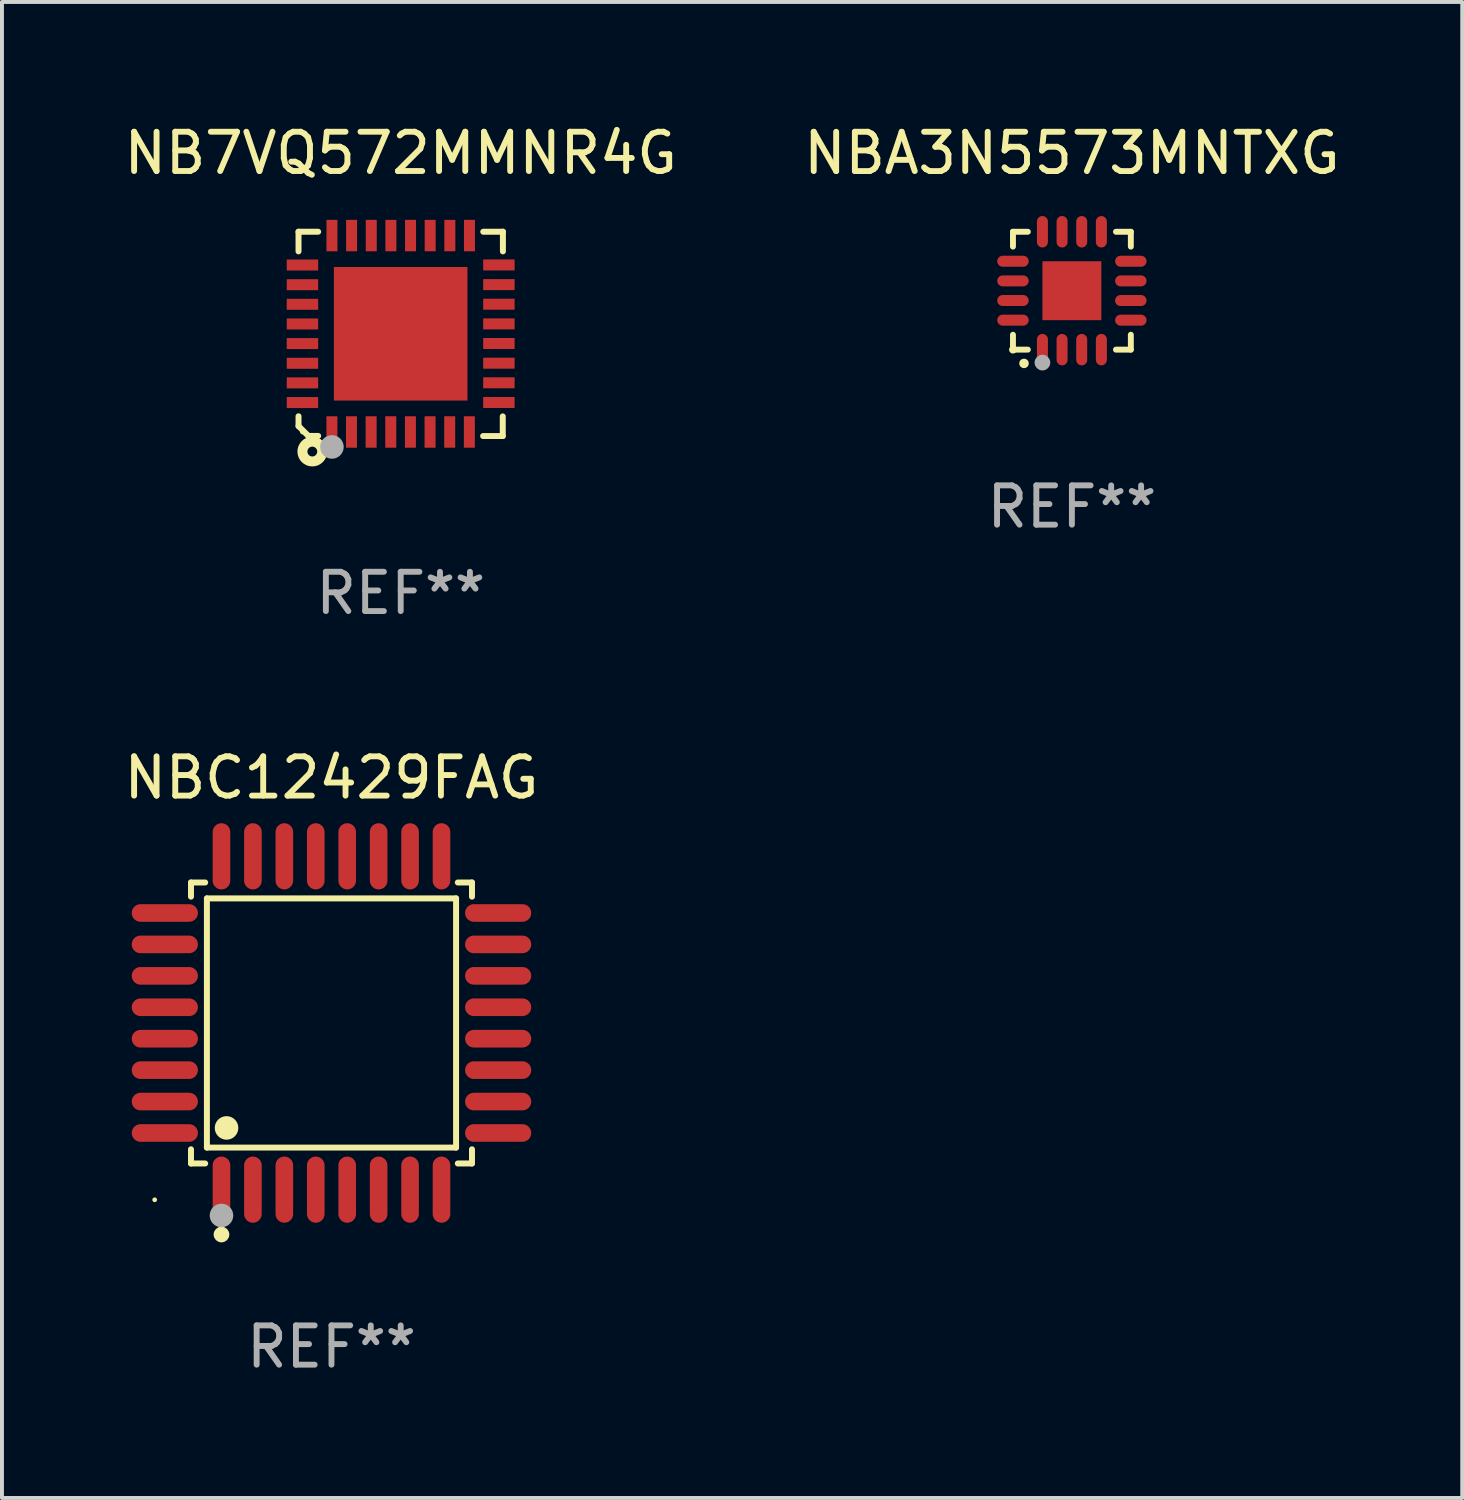
<source format=kicad_pcb>
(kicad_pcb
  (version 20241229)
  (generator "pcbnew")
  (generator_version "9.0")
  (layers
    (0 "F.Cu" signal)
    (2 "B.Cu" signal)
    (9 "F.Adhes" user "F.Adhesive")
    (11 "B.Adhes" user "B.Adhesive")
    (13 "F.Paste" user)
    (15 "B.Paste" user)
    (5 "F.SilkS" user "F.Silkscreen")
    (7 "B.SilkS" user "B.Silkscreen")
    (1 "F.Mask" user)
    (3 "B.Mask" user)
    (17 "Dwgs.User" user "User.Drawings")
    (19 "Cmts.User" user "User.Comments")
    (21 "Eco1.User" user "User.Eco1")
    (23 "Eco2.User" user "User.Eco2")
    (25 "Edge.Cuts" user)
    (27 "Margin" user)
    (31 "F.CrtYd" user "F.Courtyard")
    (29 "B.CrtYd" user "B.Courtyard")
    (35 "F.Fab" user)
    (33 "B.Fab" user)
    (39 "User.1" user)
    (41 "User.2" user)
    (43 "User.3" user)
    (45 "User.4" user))
  (footprint "NBA3N5573MNTXG"
    (layer "F.Cu")
    (at 24.232 4.349)
    (property "Reference" "NBA3N5573MNTXG" (at 0 -3.5 0) (layer "F.SilkS") (effects (font (size 1 1) (thickness 0.15))))
    (attr through_hole)
    (fp_line (start -1.5 -1.5) (end -1.121 -1.5) (stroke (width 0.15) (type solid)) (layer "F.SilkS"))
    (fp_line (start -1.5 -1.122) (end -1.5 -1.5) (stroke (width 0.15) (type solid)) (layer "F.SilkS"))
    (fp_line (start -1.5 1.5) (end -1.5 1.121) (stroke (width 0.15) (type solid)) (layer "F.SilkS"))
    (fp_line (start -1.121 1.5) (end -1.5 1.5) (stroke (width 0.15) (type solid)) (layer "F.SilkS"))
    (fp_line (start 1.121 -1.5) (end 1.5 -1.5) (stroke (width 0.15) (type solid)) (layer "F.SilkS"))
    (fp_line (start 1.5 -1.5) (end 1.5 -1.122) (stroke (width 0.15) (type solid)) (layer "F.SilkS"))
    (fp_line (start 1.5 1.121) (end 1.5 1.5) (stroke (width 0.15) (type solid)) (layer "F.SilkS"))
    (fp_line (start 1.5 1.5) (end 1.121 1.5) (stroke (width 0.15) (type solid)) (layer "F.SilkS"))
    (fp_arc (start -1.219926 1.850254) (mid -1.21891 1.85025) (end -1.217894 1.850254) (stroke (width 0.240005) (type solid)) (layer "F.SilkS"))
    (fp_circle (center -1.5 1.5) (end -1.45 1.5) (stroke (width 0.1) (type solid)) (fill no) (layer "F.SilkS"))
    (fp_circle (center -0.75 1.83) (end -0.65 1.83) (stroke (width 0.2) (type solid)) (fill no) (layer "F.Fab"))
    (fp_text user "REF**" (at 0 5.5 0) (layer "F.Fab") (effects (font (size 1 1) (thickness 0.15))))
    (pad "1" smd oval (at -0.75 1.5) (size 0.28 0.8) (layers "F.Cu" "F.Mask" "F.Paste"))
    (pad "2" smd oval (at -0.25 1.5) (size 0.28 0.8) (layers "F.Cu" "F.Mask" "F.Paste"))
    (pad "3" smd oval (at 0.25 1.5) (size 0.28 0.8) (layers "F.Cu" "F.Mask" "F.Paste"))
    (pad "4" smd oval (at 0.75 1.5) (size 0.28 0.8) (layers "F.Cu" "F.Mask" "F.Paste"))
    (pad "5" smd oval (at 1.5 0.75) (size 0.8 0.28) (layers "F.Cu" "F.Mask" "F.Paste"))
    (pad "6" smd oval (at 1.5 0.25) (size 0.8 0.28) (layers "F.Cu" "F.Mask" "F.Paste"))
    (pad "7" smd oval (at 1.5 -0.25) (size 0.8 0.28) (layers "F.Cu" "F.Mask" "F.Paste"))
    (pad "8" smd oval (at 1.5 -0.75) (size 0.8 0.28) (layers "F.Cu" "F.Mask" "F.Paste"))
    (pad "9" smd oval (at 0.75 -1.5) (size 0.28 0.8) (layers "F.Cu" "F.Mask" "F.Paste"))
    (pad "10" smd oval (at 0.25 -1.5) (size 0.28 0.8) (layers "F.Cu" "F.Mask" "F.Paste"))
    (pad "11" smd oval (at -0.25 -1.5) (size 0.28 0.8) (layers "F.Cu" "F.Mask" "F.Paste"))
    (pad "12" smd oval (at -0.75 -1.5) (size 0.28 0.8) (layers "F.Cu" "F.Mask" "F.Paste"))
    (pad "13" smd oval (at -1.5 -0.75) (size 0.8 0.28) (layers "F.Cu" "F.Mask" "F.Paste"))
    (pad "14" smd oval (at -1.5 -0.25) (size 0.8 0.28) (layers "F.Cu" "F.Mask" "F.Paste"))
    (pad "15" smd oval (at -1.5 0.25) (size 0.8 0.28) (layers "F.Cu" "F.Mask" "F.Paste"))
    (pad "16" smd oval (at -1.5 0.75) (size 0.8 0.28) (layers "F.Cu" "F.Mask" "F.Paste"))
    (pad "17" smd rect (at -0.000064 0.000165) (size 1.5 1.5) (layers "F.Cu" "F.Mask" "F.Paste")))
  (footprint "NBC12429FAG"
    (layer "F.Cu")
    (at 5.387 22.987)
    (property "Reference" "NBC12429FAG" (at 0 -6.242 0) (layer "F.SilkS") (effects (font (size 1 1) (thickness 0.15))))
    (attr through_hole)
    (fp_line (start -3.576 -3.576) (end -3.215 -3.576) (stroke (width 0.152) (type solid)) (layer "F.SilkS"))
    (fp_line (start -3.576 -3.215) (end -3.576 -3.576) (stroke (width 0.152) (type solid)) (layer "F.SilkS"))
    (fp_line (start -3.576 3.215) (end -3.576 3.576) (stroke (width 0.152) (type solid)) (layer "F.SilkS"))
    (fp_line (start -3.576 3.576) (end -3.215 3.576) (stroke (width 0.152) (type solid)) (layer "F.SilkS"))
    (fp_line (start -3.171 -3.171) (end 3.171 -3.171) (stroke (width 0.152) (type solid)) (layer "F.SilkS"))
    (fp_line (start -3.171 3.171) (end -3.171 -3.171) (stroke (width 0.152) (type solid)) (layer "F.SilkS"))
    (fp_line (start 3.171 -3.171) (end 3.171 3.171) (stroke (width 0.152) (type solid)) (layer "F.SilkS"))
    (fp_line (start 3.171 3.171) (end -3.171 3.171) (stroke (width 0.152) (type solid)) (layer "F.SilkS"))
    (fp_line (start 3.576 -3.576) (end 3.215 -3.576) (stroke (width 0.152) (type solid)) (layer "F.SilkS"))
    (fp_line (start 3.576 -3.215) (end 3.576 -3.576) (stroke (width 0.152) (type solid)) (layer "F.SilkS"))
    (fp_line (start 3.576 3.215) (end 3.576 3.576) (stroke (width 0.152) (type solid)) (layer "F.SilkS"))
    (fp_line (start 3.576 3.576) (end 3.215 3.576) (stroke (width 0.152) (type solid)) (layer "F.SilkS"))
    (fp_circle (center -4.5 4.5) (end -4.47 4.5) (stroke (width 0.06) (type solid)) (fill no) (layer "F.SilkS"))
    (fp_circle (center -2.8 5.384) (end -2.7 5.384) (stroke (width 0.2) (type solid)) (fill no) (layer "F.SilkS"))
    (fp_circle (center -2.671 2.671) (end -2.521 2.671) (stroke (width 0.3) (type solid)) (fill no) (layer "F.SilkS"))
    (fp_circle (center -2.8 4.9) (end -2.65 4.9) (stroke (width 0.3) (type solid)) (fill no) (layer "F.Fab"))
    (fp_text user "REF**" (at 0 8.242 0) (layer "F.Fab") (effects (font (size 1 1) (thickness 0.15))))
    (pad "1" smd oval (at -2.8 4.242) (size 0.448 1.684) (layers "F.Cu" "F.Mask" "F.Paste"))
    (pad "2" smd oval (at -2 4.242) (size 0.448 1.684) (layers "F.Cu" "F.Mask" "F.Paste"))
    (pad "3" smd oval (at -1.2 4.242) (size 0.448 1.684) (layers "F.Cu" "F.Mask" "F.Paste"))
    (pad "4" smd oval (at -0.4 4.242) (size 0.448 1.684) (layers "F.Cu" "F.Mask" "F.Paste"))
    (pad "5" smd oval (at 0.4 4.242) (size 0.448 1.684) (layers "F.Cu" "F.Mask" "F.Paste"))
    (pad "6" smd oval (at 1.2 4.242) (size 0.448 1.684) (layers "F.Cu" "F.Mask" "F.Paste"))
    (pad "7" smd oval (at 2 4.242) (size 0.448 1.684) (layers "F.Cu" "F.Mask" "F.Paste"))
    (pad "8" smd oval (at 2.8 4.242) (size 0.448 1.684) (layers "F.Cu" "F.Mask" "F.Paste"))
    (pad "9" smd oval (at 4.242 2.8) (size 1.684 0.448) (layers "F.Cu" "F.Mask" "F.Paste"))
    (pad "10" smd oval (at 4.242 2) (size 1.684 0.448) (layers "F.Cu" "F.Mask" "F.Paste"))
    (pad "11" smd oval (at 4.242 1.2) (size 1.684 0.448) (layers "F.Cu" "F.Mask" "F.Paste"))
    (pad "12" smd oval (at 4.242 0.4) (size 1.684 0.448) (layers "F.Cu" "F.Mask" "F.Paste"))
    (pad "13" smd oval (at 4.242 -0.4) (size 1.684 0.448) (layers "F.Cu" "F.Mask" "F.Paste"))
    (pad "14" smd oval (at 4.242 -1.2) (size 1.684 0.448) (layers "F.Cu" "F.Mask" "F.Paste"))
    (pad "15" smd oval (at 4.242 -2) (size 1.684 0.448) (layers "F.Cu" "F.Mask" "F.Paste"))
    (pad "16" smd oval (at 4.242 -2.8) (size 1.684 0.448) (layers "F.Cu" "F.Mask" "F.Paste"))
    (pad "17" smd oval (at 2.8 -4.242) (size 0.448 1.684) (layers "F.Cu" "F.Mask" "F.Paste"))
    (pad "18" smd oval (at 2 -4.242) (size 0.448 1.684) (layers "F.Cu" "F.Mask" "F.Paste"))
    (pad "19" smd oval (at 1.2 -4.242) (size 0.448 1.684) (layers "F.Cu" "F.Mask" "F.Paste"))
    (pad "20" smd oval (at 0.4 -4.242) (size 0.448 1.684) (layers "F.Cu" "F.Mask" "F.Paste"))
    (pad "21" smd oval (at -0.4 -4.242) (size 0.448 1.684) (layers "F.Cu" "F.Mask" "F.Paste"))
    (pad "22" smd oval (at -1.2 -4.242) (size 0.448 1.684) (layers "F.Cu" "F.Mask" "F.Paste"))
    (pad "23" smd oval (at -2 -4.242) (size 0.448 1.684) (layers "F.Cu" "F.Mask" "F.Paste"))
    (pad "24" smd oval (at -2.8 -4.242) (size 0.448 1.684) (layers "F.Cu" "F.Mask" "F.Paste"))
    (pad "25" smd oval (at -4.242 -2.8) (size 1.684 0.448) (layers "F.Cu" "F.Mask" "F.Paste"))
    (pad "26" smd oval (at -4.242 -2) (size 1.684 0.448) (layers "F.Cu" "F.Mask" "F.Paste"))
    (pad "27" smd oval (at -4.242 -1.2) (size 1.684 0.448) (layers "F.Cu" "F.Mask" "F.Paste"))
    (pad "28" smd oval (at -4.242 -0.4) (size 1.684 0.448) (layers "F.Cu" "F.Mask" "F.Paste"))
    (pad "29" smd oval (at -4.242 0.4) (size 1.684 0.448) (layers "F.Cu" "F.Mask" "F.Paste"))
    (pad "30" smd oval (at -4.242 1.2) (size 1.684 0.448) (layers "F.Cu" "F.Mask" "F.Paste"))
    (pad "31" smd oval (at -4.242 2) (size 1.684 0.448) (layers "F.Cu" "F.Mask" "F.Paste"))
    (pad "32" smd oval (at -4.242 2.8) (size 1.684 0.448) (layers "F.Cu" "F.Mask" "F.Paste")))
  (footprint "NB7VQ572MMNR4G"
    (layer "F.Cu")
    (at 7.149 5.448)
    (property "Reference" "NB7VQ572MMNR4G" (at 0 -4.6 0) (layer "F.SilkS") (effects (font (size 1 1) (thickness 0.15))))
    (attr through_hole)
    (fp_line (start -2.601 2.097) (end -2.601 2.347) (stroke (width 0.152) (type solid)) (layer "F.SilkS"))
    (fp_line (start -2.601 2.347) (end -2.351 2.597) (stroke (width 0.152) (type solid)) (layer "F.SilkS"))
    (fp_line (start -2.601 -2.6) (end -2.601 -2.1) (stroke (width 0.152) (type solid)) (layer "F.SilkS"))
    (fp_line (start -2.601 -2.6) (end -2.101 -2.6) (stroke (width 0.152) (type solid)) (layer "F.SilkS"))
    (fp_line (start -2.351 2.597) (end -2.101 2.597) (stroke (width 0.152) (type solid)) (layer "F.SilkS"))
    (fp_line (start 2.597 2.6) (end 2.097 2.6) (stroke (width 0.152) (type solid)) (layer "F.SilkS"))
    (fp_line (start 2.597 2.6) (end 2.597 2.1) (stroke (width 0.152) (type solid)) (layer "F.SilkS"))
    (fp_line (start 2.601 -2.6) (end 2.101 -2.6) (stroke (width 0.152) (type solid)) (layer "F.SilkS"))
    (fp_line (start 2.601 -2.6) (end 2.601 -2.1) (stroke (width 0.152) (type solid)) (layer "F.SilkS"))
    (fp_circle (center -2.501 2.497) (end -2.471 2.497) (stroke (width 0.06) (type solid)) (fill no) (layer "F.SilkS"))
    (fp_circle (center -2.25 2.995) (end -2.125 2.995) (stroke (width 0.254) (type solid)) (fill no) (layer "F.SilkS"))
    (fp_circle (center -1.751 2.878) (end -1.601 2.878) (stroke (width 0.3) (type solid)) (fill no) (layer "F.Fab"))
    (fp_text user "REF**" (at 0 6.6 0) (layer "F.Fab") (effects (font (size 1 1) (thickness 0.15))))
    (pad "1" smd rect (at -1.751 2.497) (size 0.28 0.8) (layers "F.Cu" "F.Mask" "F.Paste"))
    (pad "2" smd rect (at -1.253 2.497) (size 0.28 0.8) (layers "F.Cu" "F.Mask" "F.Paste"))
    (pad "3" smd rect (at -0.753 2.497) (size 0.28 0.8) (layers "F.Cu" "F.Mask" "F.Paste"))
    (pad "4" smd rect (at -0.253 2.497) (size 0.28 0.8) (layers "F.Cu" "F.Mask" "F.Paste"))
    (pad "5" smd rect (at 0.247 2.497) (size 0.28 0.8) (layers "F.Cu" "F.Mask" "F.Paste"))
    (pad "6" smd rect (at 0.747 2.497) (size 0.28 0.8) (layers "F.Cu" "F.Mask" "F.Paste"))
    (pad "7" smd rect (at 1.247 2.497) (size 0.28 0.8) (layers "F.Cu" "F.Mask" "F.Paste"))
    (pad "8" smd rect (at 1.747 2.497) (size 0.28 0.8) (layers "F.Cu" "F.Mask" "F.Paste"))
    (pad "9" smd rect (at 2.499 1.746) (size 0.8 0.28) (layers "F.Cu" "F.Mask" "F.Paste"))
    (pad "10" smd rect (at 2.499 1.245) (size 0.8 0.28) (layers "F.Cu" "F.Mask" "F.Paste"))
    (pad "11" smd rect (at 2.499 0.746) (size 0.8 0.28) (layers "F.Cu" "F.Mask" "F.Paste"))
    (pad "12" smd rect (at 2.499 0.245) (size 0.8 0.28) (layers "F.Cu" "F.Mask" "F.Paste"))
    (pad "13" smd rect (at 2.499 -0.254) (size 0.8 0.28) (layers "F.Cu" "F.Mask" "F.Paste"))
    (pad "14" smd rect (at 2.499 -0.755) (size 0.8 0.28) (layers "F.Cu" "F.Mask" "F.Paste"))
    (pad "15" smd rect (at 2.499 -1.254) (size 0.8 0.28) (layers "F.Cu" "F.Mask" "F.Paste"))
    (pad "16" smd rect (at 2.499 -1.755) (size 0.8 0.28) (layers "F.Cu" "F.Mask" "F.Paste"))
    (pad "17" smd rect (at 1.75 -2.502) (size 0.28 0.8) (layers "F.Cu" "F.Mask" "F.Paste"))
    (pad "18" smd rect (at 1.25 -2.502) (size 0.28 0.8) (layers "F.Cu" "F.Mask" "F.Paste"))
    (pad "19" smd rect (at 0.75 -2.502) (size 0.28 0.8) (layers "F.Cu" "F.Mask" "F.Paste"))
    (pad "20" smd rect (at 0.25 -2.502) (size 0.28 0.8) (layers "F.Cu" "F.Mask" "F.Paste"))
    (pad "21" smd rect (at -0.25 -2.502) (size 0.28 0.8) (layers "F.Cu" "F.Mask" "F.Paste"))
    (pad "22" smd rect (at -0.75 -2.502) (size 0.28 0.8) (layers "F.Cu" "F.Mask" "F.Paste"))
    (pad "23" smd rect (at -1.25 -2.502) (size 0.28 0.8) (layers "F.Cu" "F.Mask" "F.Paste"))
    (pad "24" smd rect (at -1.75 -2.502) (size 0.28 0.8) (layers "F.Cu" "F.Mask" "F.Paste"))
    (pad "25" smd rect (at -2.501 -1.753) (size 0.8 0.28) (layers "F.Cu" "F.Mask" "F.Paste"))
    (pad "26" smd rect (at -2.501 -1.252) (size 0.8 0.28) (layers "F.Cu" "F.Mask" "F.Paste"))
    (pad "27" smd rect (at -2.501 -0.753) (size 0.8 0.28) (layers "F.Cu" "F.Mask" "F.Paste"))
    (pad "28" smd rect (at -2.501 -0.252) (size 0.8 0.28) (layers "F.Cu" "F.Mask" "F.Paste"))
    (pad "29" smd rect (at -2.501 0.247) (size 0.8 0.28) (layers "F.Cu" "F.Mask" "F.Paste"))
    (pad "30" smd rect (at -2.501 0.748) (size 0.8 0.28) (layers "F.Cu" "F.Mask" "F.Paste"))
    (pad "31" smd rect (at -2.501 1.247) (size 0.8 0.28) (layers "F.Cu" "F.Mask" "F.Paste"))
    (pad "32" smd rect (at -2.501 1.748) (size 0.8 0.28) (layers "F.Cu" "F.Mask" "F.Paste"))
    (pad "33" smd rect (at -0.001 -0.003 180) (size 3.4 3.4) (layers "F.Cu" "F.Mask" "F.Paste")))
  (gr_rect
    (start -3 -3)
    (end 34.167 35.077)
    (stroke (width 0.1) (type default))
    (fill no)
    (layer "Edge.Cuts")))
</source>
